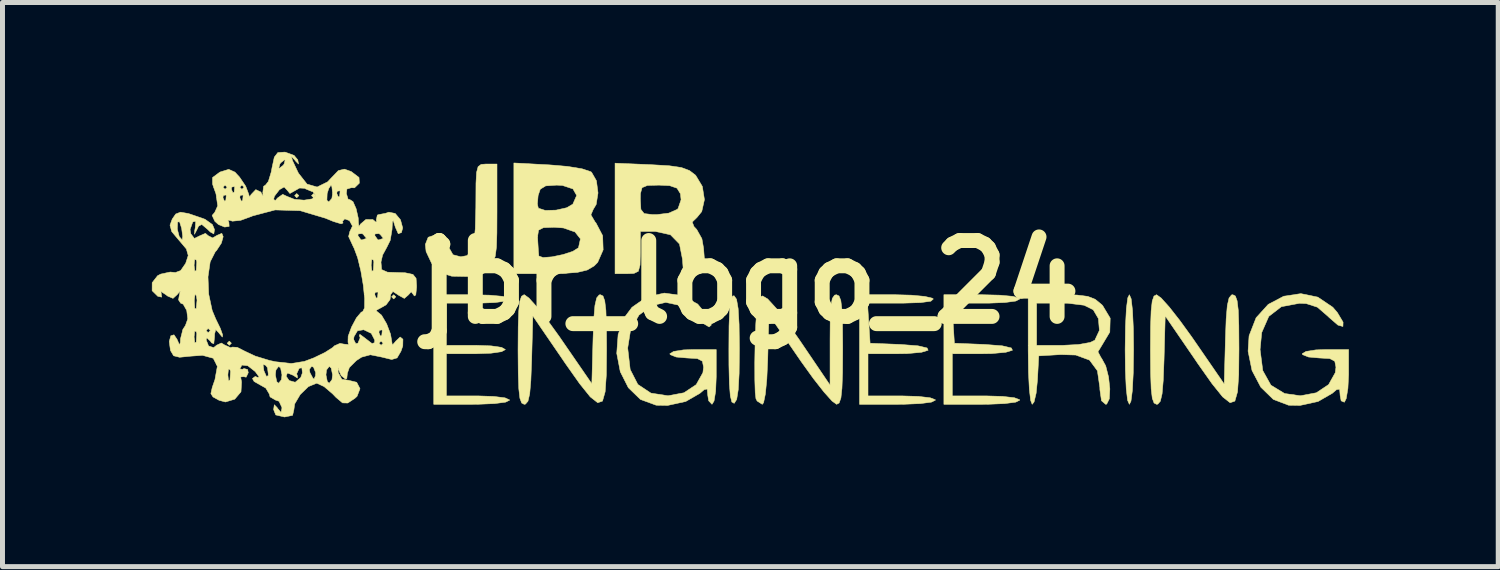
<source format=kicad_pcb>
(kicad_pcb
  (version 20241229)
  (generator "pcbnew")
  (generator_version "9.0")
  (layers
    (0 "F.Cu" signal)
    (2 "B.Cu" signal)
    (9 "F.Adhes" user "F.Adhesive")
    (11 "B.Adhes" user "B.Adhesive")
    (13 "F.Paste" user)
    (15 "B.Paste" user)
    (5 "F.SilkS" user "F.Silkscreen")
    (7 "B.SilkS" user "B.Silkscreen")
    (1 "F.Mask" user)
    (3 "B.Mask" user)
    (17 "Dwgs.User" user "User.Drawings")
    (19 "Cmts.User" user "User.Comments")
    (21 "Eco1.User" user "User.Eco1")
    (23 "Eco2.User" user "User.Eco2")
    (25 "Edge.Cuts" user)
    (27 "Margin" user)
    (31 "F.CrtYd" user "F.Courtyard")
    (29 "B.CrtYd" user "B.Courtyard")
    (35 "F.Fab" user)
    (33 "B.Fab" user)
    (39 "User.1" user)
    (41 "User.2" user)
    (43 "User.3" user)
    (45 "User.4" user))
  (footprint "jbr_logo_24"
    (layer "F.Cu")
    (at 12.011 2.615)
    (property "Reference" "jbr_logo_24" (at 0 0 0) (layer "F.SilkS") (effects (font (size 1.524 1.524) (thickness 0.3))))
    (attr through_hole)
    (fp_poly (pts (xy -10.414 1.228) (xy -10.456 1.27) (xy -10.499 1.228) (xy -10.456 1.185) (xy -10.414 1.228)) (stroke (width 0.01) (type solid)) (fill yes) (layer "F.SilkS"))
    (fp_poly (pts (xy -9.059 -1.736) (xy -9.102 -1.693) (xy -9.144 -1.736) (xy -9.102 -1.778) (xy -9.059 -1.736)) (stroke (width 0.01) (type solid)) (fill yes) (layer "F.SilkS"))
    (fp_poly (pts (xy -8.721 -1.736) (xy -8.763 -1.693) (xy -8.805 -1.736) (xy -8.763 -1.778) (xy -8.721 -1.736)) (stroke (width 0.01) (type solid)) (fill yes) (layer "F.SilkS"))
    (fp_poly (pts (xy -7.112 0.296) (xy -7.154 0.339) (xy -7.197 0.296) (xy -7.154 0.254) (xy -7.112 0.296)) (stroke (width 0.01) (type solid)) (fill yes) (layer "F.SilkS"))
    (fp_poly (pts (xy 7.656 0.336) (xy 7.683 0.569) (xy 7.7 0.937) (xy 7.705 1.355) (xy 7.698 1.825) (xy 7.68 2.177) (xy 7.652 2.393) (xy 7.62 2.455) (xy 7.584 2.374) (xy 7.557 2.14) (xy 7.54 1.773) (xy 7.535 1.355) (xy 7.542 0.884) (xy 7.56 0.532) (xy 7.588 0.317) (xy 7.62 0.254) (xy 7.656 0.336)) (stroke (width 0.01) (type solid)) (fill yes) (layer "F.SilkS"))
    (fp_poly (pts (xy -0.269 0.346) (xy -0.237 0.531) (xy -0.218 0.849) (xy -0.212 1.316) (xy -0.212 1.355) (xy -0.217 1.834) (xy -0.235 2.161) (xy -0.266 2.355) (xy -0.314 2.433) (xy -0.318 2.434) (xy -0.363 2.409) (xy -0.394 2.286) (xy -0.413 2.045) (xy -0.422 1.667) (xy -0.423 1.355) (xy -0.42 0.881) (xy -0.407 0.558) (xy -0.383 0.364) (xy -0.347 0.28) (xy -0.318 0.275) (xy -0.269 0.346)) (stroke (width 0.01) (type solid)) (fill yes) (layer "F.SilkS"))
    (fp_poly (pts (xy 3.248 0.263) (xy 3.512 0.288) (xy 3.664 0.324) (xy 3.683 0.339) (xy 3.633 0.384) (xy 3.427 0.412) (xy 3.077 0.423) (xy 3.048 0.423) (xy 2.361 0.423) (xy 2.387 0.826) (xy 2.413 1.228) (xy 3.03 1.253) (xy 3.375 1.28) (xy 3.557 1.323) (xy 3.579 1.369) (xy 3.445 1.41) (xy 3.158 1.436) (xy 2.958 1.439) (xy 2.371 1.439) (xy 2.371 2.286) (xy 3.048 2.286) (xy 3.383 2.296) (xy 3.619 2.323) (xy 3.723 2.363) (xy 3.725 2.371) (xy 3.645 2.411) (xy 3.424 2.44) (xy 3.089 2.454) (xy 2.963 2.455) (xy 2.201 2.455) (xy 2.201 0.254) (xy 2.916 0.254) (xy 3.248 0.263)) (stroke (width 0.01) (type solid)) (fill yes) (layer "F.SilkS"))
    (fp_poly (pts (xy 5.022 0.263) (xy 5.282 0.287) (xy 5.41 0.325) (xy 5.419 0.339) (xy 5.339 0.381) (xy 5.123 0.41) (xy 4.801 0.423) (xy 4.737 0.423) (xy 4.055 0.423) (xy 4.081 0.826) (xy 4.106 1.228) (xy 4.723 1.253) (xy 5.068 1.28) (xy 5.25 1.323) (xy 5.272 1.369) (xy 5.138 1.41) (xy 4.852 1.436) (xy 4.652 1.439) (xy 4.064 1.439) (xy 4.064 2.286) (xy 4.741 2.286) (xy 5.077 2.296) (xy 5.312 2.323) (xy 5.416 2.363) (xy 5.419 2.371) (xy 5.339 2.411) (xy 5.117 2.44) (xy 4.783 2.454) (xy 4.657 2.455) (xy 3.895 2.455) (xy 3.895 0.254) (xy 4.657 0.254) (xy 5.022 0.263)) (stroke (width 0.01) (type solid)) (fill yes) (layer "F.SilkS"))
    (fp_poly (pts (xy -5.223 0.263) (xy -4.962 0.287) (xy -4.834 0.325) (xy -4.826 0.339) (xy -4.905 0.381) (xy -5.118 0.411) (xy -5.431 0.423) (xy -5.461 0.423) (xy -6.096 0.423) (xy -6.096 1.27) (xy -5.503 1.27) (xy -5.199 1.281) (xy -4.989 1.311) (xy -4.911 1.355) (xy -4.911 1.355) (xy -4.989 1.398) (xy -5.199 1.428) (xy -5.503 1.439) (xy -5.503 1.439) (xy -6.096 1.439) (xy -6.096 2.286) (xy -5.461 2.286) (xy -5.141 2.297) (xy -4.918 2.325) (xy -4.827 2.367) (xy -4.826 2.371) (xy -4.906 2.411) (xy -5.127 2.44) (xy -5.462 2.454) (xy -5.588 2.455) (xy -6.35 2.455) (xy -6.35 0.254) (xy -5.588 0.254) (xy -5.223 0.263)) (stroke (width 0.01) (type solid)) (fill yes) (layer "F.SilkS"))
    (fp_poly (pts (xy -5.08 -1.403) (xy -5.082 -0.985) (xy -5.091 -0.702) (xy -5.115 -0.519) (xy -5.159 -0.403) (xy -5.232 -0.319) (xy -5.303 -0.26) (xy -5.622 -0.111) (xy -5.988 -0.118) (xy -6.154 -0.17) (xy -6.377 -0.343) (xy -6.504 -0.614) (xy -6.519 -0.756) (xy -6.462 -0.9) (xy -6.33 -0.944) (xy -6.18 -0.894) (xy -6.072 -0.753) (xy -6.061 -0.72) (xy -5.964 -0.549) (xy -5.808 -0.508) (xy -5.684 -0.531) (xy -5.598 -0.616) (xy -5.544 -0.788) (xy -5.516 -1.073) (xy -5.505 -1.495) (xy -5.504 -1.63) (xy -5.502 -1.984) (xy -5.49 -2.203) (xy -5.459 -2.318) (xy -5.399 -2.363) (xy -5.301 -2.371) (xy -5.292 -2.371) (xy -5.08 -2.371) (xy -5.08 -1.403)) (stroke (width 0.01) (type solid)) (fill yes) (layer "F.SilkS"))
    (fp_poly (pts (xy 1.789 0.279) (xy 1.825 0.369) (xy 1.847 0.55) (xy 1.859 0.847) (xy 1.863 1.285) (xy 1.863 1.355) (xy 1.86 1.816) (xy 1.848 2.133) (xy 1.827 2.328) (xy 1.791 2.428) (xy 1.741 2.455) (xy 1.649 2.389) (xy 1.487 2.208) (xy 1.275 1.938) (xy 1.036 1.606) (xy 1 1.554) (xy 0.381 0.653) (xy 0.357 1.554) (xy 0.339 1.949) (xy 0.31 2.247) (xy 0.274 2.422) (xy 0.248 2.455) (xy 0.145 2.389) (xy 0.121 2.344) (xy 0.106 2.219) (xy 0.098 1.963) (xy 0.097 1.616) (xy 0.103 1.266) (xy 0.118 0.834) (xy 0.139 0.546) (xy 0.171 0.374) (xy 0.218 0.293) (xy 0.254 0.278) (xy 0.356 0.339) (xy 0.531 0.53) (xy 0.766 0.837) (xy 0.995 1.164) (xy 1.609 2.07) (xy 1.609 1.162) (xy 1.612 0.751) (xy 1.626 0.482) (xy 1.654 0.329) (xy 1.699 0.263) (xy 1.736 0.254) (xy 1.789 0.279)) (stroke (width 0.01) (type solid)) (fill yes) (layer "F.SilkS"))
    (fp_poly (pts (xy -2.951 0.28) (xy -2.916 0.376) (xy -2.893 0.565) (xy -2.882 0.873) (xy -2.879 1.323) (xy -2.879 1.361) (xy -2.884 1.861) (xy -2.908 2.204) (xy -2.961 2.39) (xy -3.057 2.423) (xy -3.206 2.306) (xy -3.42 2.04) (xy -3.711 1.628) (xy -3.767 1.545) (xy -4.36 0.68) (xy -4.384 1.568) (xy -4.4 1.977) (xy -4.423 2.244) (xy -4.458 2.393) (xy -4.509 2.451) (xy -4.533 2.455) (xy -4.584 2.429) (xy -4.62 2.333) (xy -4.642 2.144) (xy -4.653 1.835) (xy -4.657 1.384) (xy -4.657 1.355) (xy -4.654 0.895) (xy -4.643 0.58) (xy -4.622 0.385) (xy -4.587 0.285) (xy -4.537 0.254) (xy -4.531 0.254) (xy -4.439 0.32) (xy -4.275 0.502) (xy -4.062 0.771) (xy -3.823 1.102) (xy -3.791 1.149) (xy -3.175 2.043) (xy -3.151 1.149) (xy -3.136 0.737) (xy -3.113 0.469) (xy -3.078 0.318) (xy -3.028 0.258) (xy -3.003 0.254) (xy -2.951 0.28)) (stroke (width 0.01) (type solid)) (fill yes) (layer "F.SilkS"))
    (fp_poly (pts (xy 9.749 0.28) (xy 9.784 0.376) (xy 9.807 0.565) (xy 9.818 0.873) (xy 9.821 1.323) (xy 9.821 1.361) (xy 9.816 1.861) (xy 9.792 2.204) (xy 9.739 2.39) (xy 9.643 2.423) (xy 9.494 2.306) (xy 9.28 2.04) (xy 8.989 1.628) (xy 8.933 1.545) (xy 8.34 0.68) (xy 8.316 1.568) (xy 8.3 1.977) (xy 8.277 2.244) (xy 8.242 2.393) (xy 8.191 2.451) (xy 8.167 2.455) (xy 8.116 2.429) (xy 8.08 2.333) (xy 8.058 2.144) (xy 8.047 1.835) (xy 8.043 1.384) (xy 8.043 1.355) (xy 8.046 0.894) (xy 8.057 0.578) (xy 8.079 0.382) (xy 8.114 0.282) (xy 8.165 0.254) (xy 8.166 0.254) (xy 8.258 0.32) (xy 8.421 0.501) (xy 8.633 0.771) (xy 8.873 1.102) (xy 8.907 1.151) (xy 9.525 2.048) (xy 9.549 1.151) (xy 9.564 0.739) (xy 9.587 0.47) (xy 9.622 0.319) (xy 9.672 0.258) (xy 9.697 0.254) (xy 9.749 0.28)) (stroke (width 0.01) (type solid)) (fill yes) (layer "F.SilkS"))
    (fp_poly (pts (xy 6.565 0.26) (xy 6.784 0.287) (xy 6.934 0.346) (xy 7.063 0.451) (xy 7.082 0.47) (xy 7.235 0.725) (xy 7.227 1.004) (xy 7.065 1.275) (xy 6.989 1.4) (xy 7.05 1.516) (xy 7.061 1.529) (xy 7.145 1.683) (xy 7.202 1.907) (xy 7.228 2.145) (xy 7.217 2.345) (xy 7.165 2.45) (xy 7.144 2.455) (xy 7.06 2.383) (xy 7.028 2.16) (xy 7.027 2.117) (xy 6.978 1.781) (xy 6.82 1.567) (xy 6.543 1.465) (xy 6.24 1.456) (xy 5.8 1.482) (xy 5.774 1.968) (xy 5.748 2.23) (xy 5.706 2.407) (xy 5.668 2.455) (xy 5.637 2.375) (xy 5.611 2.151) (xy 5.594 1.81) (xy 5.588 1.376) (xy 5.588 1.355) (xy 5.588 0.423) (xy 5.757 0.423) (xy 5.757 1.27) (xy 6.291 1.27) (xy 6.597 1.254) (xy 6.83 1.213) (xy 6.926 1.168) (xy 7.018 0.971) (xy 6.998 0.733) (xy 6.894 0.556) (xy 6.71 0.465) (xy 6.386 0.425) (xy 6.259 0.423) (xy 5.757 0.423) (xy 5.588 0.423) (xy 5.588 0.254) (xy 6.227 0.254) (xy 6.565 0.26)) (stroke (width 0.01) (type solid)) (fill yes) (layer "F.SilkS"))
    (fp_poly (pts (xy -1.363 0.271) (xy -1.049 0.442) (xy -0.832 0.705) (xy -0.775 0.861) (xy -0.82 0.901) (xy -0.947 0.825) (xy -1.09 0.689) (xy -1.382 0.474) (xy -1.69 0.408) (xy -1.982 0.476) (xy -2.228 0.663) (xy -2.396 0.956) (xy -2.455 1.324) (xy -2.405 1.756) (xy -2.251 2.056) (xy -1.988 2.23) (xy -1.645 2.283) (xy -1.325 2.223) (xy -1.079 2.059) (xy -0.945 1.82) (xy -0.931 1.709) (xy -0.955 1.589) (xy -1.057 1.536) (xy -1.27 1.524) (xy -1.482 1.505) (xy -1.6 1.458) (xy -1.609 1.439) (xy -1.532 1.393) (xy -1.335 1.362) (xy -1.143 1.355) (xy -0.677 1.355) (xy -0.677 1.905) (xy -0.689 2.193) (xy -0.721 2.389) (xy -0.762 2.455) (xy -0.829 2.384) (xy -0.847 2.273) (xy -0.858 2.148) (xy -0.919 2.16) (xy -1.004 2.233) (xy -1.29 2.398) (xy -1.652 2.477) (xy -1.883 2.473) (xy -2.199 2.357) (xy -2.442 2.121) (xy -2.604 1.8) (xy -2.675 1.431) (xy -2.647 1.051) (xy -2.51 0.696) (xy -2.369 0.507) (xy -2.07 0.298) (xy -1.719 0.221) (xy -1.363 0.271)) (stroke (width 0.01) (type solid)) (fill yes) (layer "F.SilkS"))
    (fp_poly (pts (xy -1.992 -2.358) (xy -1.62 -2.336) (xy -1.375 -2.3) (xy -1.213 -2.239) (xy -1.091 -2.145) (xy -1.09 -2.144) (xy -0.956 -1.921) (xy -0.914 -1.656) (xy -0.968 -1.416) (xy -1.064 -1.298) (xy -1.159 -1.206) (xy -1.124 -1.115) (xy -1.069 -1.057) (xy -0.965 -0.871) (xy -0.931 -0.678) (xy -0.914 -0.451) (xy -0.88 -0.303) (xy -0.88 -0.208) (xy -1.004 -0.172) (xy -1.092 -0.169) (xy -1.269 -0.186) (xy -1.341 -0.269) (xy -1.355 -0.46) (xy -1.415 -0.765) (xy -1.596 -0.95) (xy -1.896 -1.016) (xy -1.911 -1.016) (xy -2.201 -1.016) (xy -2.201 -0.593) (xy -2.207 -0.342) (xy -2.241 -0.217) (xy -2.33 -0.174) (xy -2.455 -0.169) (xy -2.709 -0.169) (xy -2.709 -1.651) (xy -2.201 -1.651) (xy -2.19 -1.459) (xy -2.125 -1.376) (xy -1.955 -1.355) (xy -1.873 -1.355) (xy -1.629 -1.385) (xy -1.459 -1.461) (xy -1.443 -1.478) (xy -1.383 -1.653) (xy -1.396 -1.774) (xy -1.465 -1.886) (xy -1.613 -1.937) (xy -1.826 -1.947) (xy -2.058 -1.941) (xy -2.167 -1.896) (xy -2.199 -1.778) (xy -2.201 -1.651) (xy -2.709 -1.651) (xy -2.709 -2.388) (xy -1.992 -2.358)) (stroke (width 0.01) (type solid)) (fill yes) (layer "F.SilkS"))
    (fp_poly (pts (xy 11.404 0.302) (xy 11.705 0.505) (xy 11.797 0.612) (xy 11.912 0.805) (xy 11.909 0.892) (xy 11.809 0.864) (xy 11.633 0.712) (xy 11.61 0.689) (xy 11.396 0.504) (xy 11.172 0.432) (xy 11.036 0.426) (xy 10.673 0.494) (xy 10.42 0.689) (xy 10.278 1.013) (xy 10.245 1.355) (xy 10.299 1.777) (xy 10.462 2.07) (xy 10.738 2.238) (xy 11.055 2.283) (xy 11.375 2.223) (xy 11.621 2.059) (xy 11.755 1.82) (xy 11.769 1.709) (xy 11.745 1.589) (xy 11.643 1.536) (xy 11.43 1.524) (xy 11.218 1.505) (xy 11.1 1.458) (xy 11.091 1.439) (xy 11.168 1.393) (xy 11.365 1.362) (xy 11.557 1.355) (xy 12.023 1.355) (xy 12.023 1.858) (xy 12.009 2.135) (xy 11.975 2.339) (xy 11.938 2.413) (xy 11.873 2.385) (xy 11.853 2.278) (xy 11.843 2.15) (xy 11.781 2.16) (xy 11.696 2.233) (xy 11.41 2.398) (xy 11.048 2.477) (xy 10.817 2.473) (xy 10.511 2.356) (xy 10.259 2.11) (xy 10.083 1.775) (xy 10.004 1.388) (xy 10.024 1.079) (xy 10.165 0.717) (xy 10.409 0.448) (xy 10.72 0.284) (xy 11.064 0.232) (xy 11.404 0.302)) (stroke (width 0.01) (type solid)) (fill yes) (layer "F.SilkS"))
    (fp_poly (pts (xy -4.028 -2.354) (xy -3.663 -2.323) (xy -3.371 -2.275) (xy -3.197 -2.217) (xy -3.181 -2.206) (xy -3.083 -2.035) (xy -3.051 -1.79) (xy -3.088 -1.559) (xy -3.148 -1.458) (xy -3.194 -1.35) (xy -3.11 -1.208) (xy -3.091 -1.186) (xy -2.958 -0.932) (xy -2.948 -0.647) (xy -3.058 -0.396) (xy -3.128 -0.325) (xy -3.267 -0.243) (xy -3.464 -0.195) (xy -3.758 -0.173) (xy -4.031 -0.169) (xy -4.741 -0.169) (xy -4.741 -0.915) (xy -4.265 -0.915) (xy -4.261 -0.826) (xy -4.249 -0.629) (xy -4.24 -0.526) (xy -4.24 -0.524) (xy -4.156 -0.493) (xy -3.974 -0.507) (xy -3.754 -0.553) (xy -3.557 -0.617) (xy -3.445 -0.688) (xy -3.443 -0.691) (xy -3.404 -0.868) (xy -3.513 -1.006) (xy -3.745 -1.087) (xy -3.926 -1.101) (xy -4.147 -1.093) (xy -4.245 -1.043) (xy -4.265 -0.915) (xy -4.741 -0.915) (xy -4.741 -1.563) (xy -4.269 -1.563) (xy -4.249 -1.484) (xy -4.11 -1.439) (xy -3.894 -1.445) (xy -3.68 -1.493) (xy -3.557 -1.565) (xy -3.48 -1.74) (xy -3.554 -1.871) (xy -3.766 -1.941) (xy -3.882 -1.947) (xy -4.103 -1.932) (xy -4.211 -1.865) (xy -4.254 -1.738) (xy -4.269 -1.563) (xy -4.741 -1.563) (xy -4.741 -2.392) (xy -4.028 -2.354)) (stroke (width 0.01) (type solid)) (fill yes) (layer "F.SilkS"))
    (fp_poly (pts (xy -9.329 -2.608) (xy -9.155 -2.544) (xy -9.081 -2.455) (xy -9.066 -2.371) (xy -9.121 -2.426) (xy -9.144 -2.455) (xy -9.209 -2.523) (xy -9.189 -2.445) (xy -9.084 -2.221) (xy -9.067 -2.187) (xy -8.895 -1.968) (xy -8.692 -1.909) (xy -8.481 -2.013) (xy -8.408 -2.091) (xy -8.266 -2.239) (xy -8.143 -2.268) (xy -8.008 -2.22) (xy -7.851 -2.101) (xy -7.844 -1.987) (xy -7.941 -1.893) (xy -8.006 -1.895) (xy -8.094 -1.869) (xy -8.105 -1.779) (xy -8.07 -1.664) (xy -8.035 -1.656) (xy -7.972 -1.616) (xy -7.909 -1.473) (xy -7.867 -1.288) (xy -7.862 -1.185) (xy -7.852 -1.116) (xy -7.822 -1.164) (xy -7.714 -1.256) (xy -7.574 -1.257) (xy -7.514 -1.206) (xy -7.496 -1.208) (xy -7.504 -1.249) (xy -7.483 -1.346) (xy -7.455 -1.355) (xy -7.315 -1.382) (xy -7.252 -1.404) (xy -7.124 -1.378) (xy -7.018 -1.251) (xy -6.974 -1.088) (xy -6.999 -0.994) (xy -7.063 -0.971) (xy -7.121 -1.102) (xy -7.162 -1.234) (xy -7.18 -1.216) (xy -7.188 -1.054) (xy -7.224 -0.838) (xy -7.292 -0.7) (xy -7.377 -0.544) (xy -7.41 -0.402) (xy -7.397 -0.251) (xy -7.279 -0.199) (xy -7.209 -0.196) (xy -6.923 -0.187) (xy -6.768 -0.154) (xy -6.705 -0.076) (xy -6.695 0.07) (xy -6.695 0.106) (xy -6.711 0.258) (xy -6.741 0.279) (xy -6.748 0.266) (xy -6.802 0.195) (xy -6.862 0.26) (xy -6.941 0.328) (xy -7.058 0.263) (xy -7.063 0.259) (xy -7.17 0.189) (xy -7.214 0.249) (xy -7.228 0.351) (xy -7.307 0.457) (xy -7.408 0.515) (xy -7.508 0.568) (xy -7.493 0.587) (xy -7.399 0.664) (xy -7.296 0.839) (xy -7.218 1.045) (xy -7.195 1.181) (xy -7.182 1.267) (xy -7.124 1.201) (xy -7.115 1.188) (xy -7.024 1.103) (xy -6.969 1.148) (xy -6.972 1.283) (xy -7.009 1.39) (xy -7.087 1.523) (xy -7.194 1.555) (xy -7.394 1.506) (xy -7.623 1.46) (xy -7.798 1.507) (xy -7.904 1.576) (xy -8.045 1.716) (xy -8.087 1.837) (xy -8.086 1.841) (xy -8.096 1.937) (xy -8.124 1.947) (xy -8.209 1.878) (xy -8.244 1.799) (xy -8.273 1.719) (xy -8.27 1.801) (xy -8.268 1.82) (xy -8.195 1.954) (xy -8.069 1.971) (xy -7.898 2.012) (xy -7.831 2.141) (xy -7.891 2.295) (xy -7.936 2.336) (xy -8.077 2.429) (xy -8.182 2.426) (xy -8.314 2.315) (xy -8.382 2.244) (xy -8.552 2.099) (xy -8.696 2.032) (xy -8.705 2.032) (xy -8.867 2.099) (xy -9.032 2.259) (xy -9.143 2.447) (xy -9.159 2.564) (xy -9.185 2.676) (xy -9.343 2.709) (xy -9.349 2.709) (xy -9.523 2.668) (xy -9.566 2.561) (xy -9.552 2.463) (xy -9.493 2.524) (xy -9.483 2.54) (xy -9.417 2.618) (xy -9.4 2.538) (xy -9.399 2.519) (xy -9.457 2.394) (xy -9.525 2.371) (xy -9.637 2.306) (xy -9.652 2.249) (xy -9.723 2.129) (xy -9.821 2.074) (xy -9.958 1.996) (xy -9.991 1.937) (xy -9.935 1.895) (xy -9.885 1.915) (xy -9.856 1.907) (xy -9.93 1.804) (xy -9.938 1.795) (xy -10.085 1.68) (xy -10.203 1.667) (xy -10.245 1.746) (xy -10.19 1.751) (xy -10.16 1.736) (xy -10.088 1.756) (xy -10.075 1.82) (xy -10.118 1.91) (xy -10.169 1.899) (xy -10.228 1.906) (xy -10.21 2.007) (xy -10.221 2.203) (xy -10.346 2.351) (xy -10.533 2.408) (xy -10.661 2.374) (xy -10.784 2.306) (xy -10.826 2.239) (xy -10.798 2.114) (xy -10.744 1.958) (xy -10.727 1.863) (xy -10.485 1.863) (xy -10.472 1.983) (xy -10.443 1.968) (xy -10.431 1.795) (xy -10.443 1.757) (xy -10.473 1.746) (xy -10.485 1.863) (xy -10.727 1.863) (xy -10.696 1.692) (xy -10.716 1.652) (xy -9.778 1.652) (xy -9.762 1.776) (xy -9.759 1.785) (xy -9.709 1.898) (xy -9.67 1.874) (xy -9.671 1.863) (xy -9.531 1.863) (xy -9.503 2) (xy -9.465 2.032) (xy -9.41 1.961) (xy -9.401 1.889) (xy -9.315 1.889) (xy -9.255 1.977) (xy -9.132 2.012) (xy -9.021 1.917) (xy -8.988 1.824) (xy -8.995 1.755) (xy -8.849 1.755) (xy -8.836 1.82) (xy -8.776 1.932) (xy -8.754 1.947) (xy -8.724 1.878) (xy -8.723 1.863) (xy -8.515 1.863) (xy -8.487 2) (xy -8.449 2.032) (xy -8.394 1.961) (xy -8.382 1.863) (xy -8.41 1.725) (xy -8.449 1.693) (xy -8.503 1.764) (xy -8.515 1.863) (xy -8.723 1.863) (xy -8.721 1.82) (xy -8.765 1.708) (xy -8.803 1.693) (xy -8.849 1.755) (xy -8.995 1.755) (xy -8.999 1.722) (xy -9.053 1.731) (xy -9.103 1.842) (xy -9.087 1.89) (xy -9.089 1.927) (xy -9.17 1.873) (xy -9.288 1.825) (xy -9.315 1.889) (xy -9.401 1.889) (xy -9.398 1.863) (xy -9.426 1.725) (xy -9.465 1.693) (xy -9.519 1.764) (xy -9.531 1.863) (xy -9.671 1.863) (xy -9.689 1.721) (xy -9.722 1.674) (xy -9.778 1.652) (xy -10.716 1.652) (xy -10.778 1.53) (xy -10.994 1.471) (xy -11.223 1.487) (xy -11.454 1.51) (xy -11.574 1.48) (xy -11.634 1.379) (xy -11.639 1.364) (xy -11.662 1.193) (xy -11.63 1.078) (xy -11.567 1.059) (xy -11.506 1.149) (xy -11.456 1.262) (xy -11.439 1.213) (xy -11.436 1.139) (xy -11.426 1.101) (xy -11.163 1.101) (xy -11.149 1.221) (xy -11.12 1.206) (xy -11.109 1.033) (xy -11.12 0.995) (xy -11.151 0.984) (xy -11.163 1.101) (xy -11.426 1.101) (xy -11.394 0.974) (xy -10.922 0.974) (xy -10.88 1.016) (xy -10.837 0.974) (xy -10.88 0.931) (xy -10.922 0.974) (xy -11.394 0.974) (xy -11.388 0.95) (xy -11.337 0.872) (xy -11.29 0.74) (xy -11.311 0.57) (xy -11.382 0.444) (xy -11.433 0.423) (xy -11.46 0.381) (xy -11.159 0.381) (xy -11.15 0.526) (xy -11.124 0.538) (xy -11.12 0.531) (xy -11.104 0.363) (xy -11.117 0.277) (xy -11.144 0.242) (xy -11.159 0.355) (xy -11.159 0.381) (xy -11.46 0.381) (xy -11.475 0.358) (xy -11.462 0.275) (xy -11.44 0.181) (xy -11.492 0.237) (xy -11.5 0.249) (xy -11.586 0.327) (xy -11.694 0.281) (xy -11.736 0.249) (xy -11.83 0.188) (xy -11.823 0.232) (xy -11.814 0.302) (xy -11.891 0.286) (xy -12.006 0.173) (xy -12.005 0.012) (xy -11.896 -0.128) (xy -11.832 -0.161) (xy -11.642 -0.202) (xy -11.538 -0.192) (xy -11.433 -0.231) (xy -11.358 -0.339) (xy -11.163 -0.339) (xy -11.149 -0.218) (xy -11.12 -0.233) (xy -11.109 -0.406) (xy -11.12 -0.445) (xy -11.151 -0.455) (xy -11.163 -0.339) (xy -11.358 -0.339) (xy -11.333 -0.374) (xy -11.281 -0.534) (xy -11.318 -0.665) (xy -11.464 -0.838) (xy -11.466 -0.84) (xy -11.612 -1.014) (xy -11.625 -1.062) (xy -11.5 -1.062) (xy -11.461 -0.913) (xy -11.402 -0.847) (xy -11.392 -0.918) (xy -11.413 -1.079) (xy -11.455 -1.211) (xy -11.493 -1.207) (xy -11.494 -1.204) (xy -11.5 -1.062) (xy -11.625 -1.062) (xy -11.647 -1.143) (xy -11.602 -1.265) (xy -11.532 -1.367) (xy -11.436 -1.404) (xy -11.275 -1.376) (xy -11.005 -1.284) (xy -10.943 -1.261) (xy -10.795 -1.155) (xy -10.753 -1.054) (xy -10.767 -0.968) (xy -10.836 -1.005) (xy -10.896 -1.063) (xy -11.009 -1.158) (xy -11.073 -1.123) (xy -11.109 -1.048) (xy -11.155 -0.96) (xy -11.152 -1.027) (xy -11.14 -1.092) (xy -11.13 -1.224) (xy -11.186 -1.209) (xy -11.192 -1.203) (xy -11.244 -1.055) (xy -11.229 -0.97) (xy -11.157 -0.876) (xy -11.056 -0.926) (xy -10.935 -0.979) (xy -10.88 -0.931) (xy -10.79 -0.886) (xy -10.703 -0.938) (xy -10.606 -0.979) (xy -10.579 -0.912) (xy -10.615 -0.783) (xy -10.711 -0.636) (xy -10.738 -0.608) (xy -10.84 -0.407) (xy -10.884 -0.105) (xy -10.87 0.24) (xy -10.8 0.569) (xy -10.73 0.737) (xy -10.636 0.93) (xy -10.589 1.063) (xy -10.596 1.104) (xy -10.664 1.023) (xy -10.668 1.016) (xy -10.728 0.954) (xy -10.751 1.04) (xy -10.753 1.101) (xy -10.767 1.237) (xy -10.813 1.22) (xy -10.837 1.185) (xy -10.905 1.12) (xy -10.921 1.159) (xy -10.872 1.284) (xy -10.77 1.316) (xy -10.709 1.267) (xy -10.615 1.224) (xy -10.547 1.265) (xy -10.43 1.317) (xy -10.392 1.305) (xy -10.296 1.311) (xy -10.14 1.39) (xy -9.933 1.487) (xy -9.648 1.574) (xy -9.527 1.6) (xy -9.212 1.635) (xy -8.948 1.593) (xy -8.759 1.522) (xy -8.532 1.412) (xy -8.376 1.312) (xy -8.346 1.281) (xy -8.233 1.231) (xy -8.154 1.246) (xy -8.06 1.255) (xy -8.072 1.207) (xy -8.071 1.153) (xy -7.959 1.153) (xy -7.916 1.236) (xy -7.873 1.227) (xy -7.828 1.12) (xy -7.845 1.074) (xy -7.834 1.049) (xy -7.73 1.126) (xy -7.719 1.135) (xy -7.589 1.235) (xy -7.569 1.228) (xy -7.451 1.228) (xy -7.408 1.27) (xy -7.366 1.228) (xy -7.408 1.185) (xy -7.451 1.228) (xy -7.569 1.228) (xy -7.54 1.217) (xy -7.535 1.165) (xy -7.605 1.029) (xy -7.633 1.016) (xy -7.451 1.016) (xy -7.42 1.086) (xy -7.394 1.072) (xy -7.384 0.972) (xy -7.394 0.96) (xy -7.445 0.971) (xy -7.451 1.016) (xy -7.633 1.016) (xy -7.757 0.957) (xy -7.882 0.978) (xy -7.952 1.096) (xy -7.959 1.153) (xy -8.071 1.153) (xy -8.069 1.088) (xy -8.001 0.903) (xy -7.903 0.719) (xy -7.806 0.604) (xy -7.776 0.593) (xy -7.74 0.518) (xy -7.738 0.326) (xy -7.746 0.254) (xy -7.535 0.254) (xy -7.504 0.324) (xy -7.479 0.31) (xy -7.469 0.21) (xy -7.479 0.198) (xy -7.529 0.209) (xy -7.535 0.254) (xy -7.746 0.254) (xy -7.765 0.064) (xy -7.814 -0.223) (xy -7.842 -0.339) (xy -7.607 -0.339) (xy -7.593 -0.218) (xy -7.564 -0.233) (xy -7.553 -0.406) (xy -7.564 -0.445) (xy -7.595 -0.455) (xy -7.607 -0.339) (xy -7.842 -0.339) (xy -7.878 -0.487) (xy -7.95 -0.681) (xy -7.963 -0.705) (xy -8.06 -0.915) (xy -8.055 -0.936) (xy -7.874 -0.936) (xy -7.813 -0.85) (xy -7.789 -0.847) (xy -7.707 -0.876) (xy -7.705 -0.884) (xy -7.748 -0.936) (xy -7.535 -0.936) (xy -7.474 -0.85) (xy -7.451 -0.847) (xy -7.368 -0.876) (xy -7.366 -0.884) (xy -7.425 -0.956) (xy -7.451 -0.974) (xy -7.529 -0.967) (xy -7.535 -0.936) (xy -7.748 -0.936) (xy -7.764 -0.956) (xy -7.789 -0.974) (xy -7.867 -0.967) (xy -7.874 -0.936) (xy -8.055 -0.936) (xy -8.033 -1.023) (xy -8.03 -1.024) (xy -7.983 -1.125) (xy -8.042 -1.234) (xy -8.138 -1.27) (xy -8.184 -1.218) (xy -8.171 -1.187) (xy -8.21 -1.17) (xy -8.365 -1.217) (xy -8.526 -1.283) (xy -9.033 -1.434) (xy -9.536 -1.449) (xy -9.989 -1.329) (xy -10.008 -1.32) (xy -10.228 -1.24) (xy -10.394 -1.223) (xy -10.423 -1.233) (xy -10.485 -1.247) (xy -10.464 -1.198) (xy -10.459 -1.118) (xy -10.549 -1.105) (xy -10.674 -1.156) (xy -10.746 -1.22) (xy -10.801 -1.339) (xy -10.749 -1.399) (xy -10.689 -1.531) (xy -10.712 -1.693) (xy -10.583 -1.693) (xy -10.552 -1.624) (xy -10.527 -1.637) (xy -10.521 -1.693) (xy -10.245 -1.693) (xy -10.214 -1.624) (xy -10.188 -1.637) (xy -10.186 -1.662) (xy -9.566 -1.662) (xy -9.531 -1.636) (xy -9.526 -1.643) (xy -8.496 -1.643) (xy -8.459 -1.609) (xy -8.396 -1.68) (xy -8.382 -1.778) (xy -8.297 -1.778) (xy -8.266 -1.708) (xy -8.241 -1.722) (xy -8.231 -1.822) (xy -8.241 -1.834) (xy -8.291 -1.823) (xy -8.297 -1.778) (xy -8.382 -1.778) (xy -8.396 -1.916) (xy -8.414 -1.947) (xy -8.459 -1.878) (xy -8.491 -1.778) (xy -8.496 -1.643) (xy -9.526 -1.643) (xy -9.488 -1.688) (xy -9.383 -1.762) (xy -9.299 -1.722) (xy -9.148 -1.662) (xy -8.955 -1.645) (xy -8.79 -1.671) (xy -8.72 -1.736) (xy -8.78 -1.818) (xy -8.798 -1.82) (xy -8.927 -1.873) (xy -8.939 -1.883) (xy -9.045 -1.889) (xy -9.129 -1.841) (xy -9.239 -1.779) (xy -9.293 -1.845) (xy -9.354 -1.91) (xy -9.449 -1.856) (xy -9.55 -1.724) (xy -9.566 -1.662) (xy -10.186 -1.662) (xy -10.178 -1.737) (xy -10.188 -1.75) (xy -10.239 -1.738) (xy -10.245 -1.693) (xy -10.521 -1.693) (xy -10.517 -1.737) (xy -10.527 -1.75) (xy -10.577 -1.738) (xy -10.583 -1.693) (xy -10.712 -1.693) (xy -10.723 -1.771) (xy -10.771 -1.905) (xy -10.583 -1.905) (xy -10.541 -1.863) (xy -10.414 -1.863) (xy -10.383 -1.793) (xy -10.358 -1.806) (xy -10.348 -1.905) (xy -10.245 -1.905) (xy -10.202 -1.863) (xy -10.16 -1.905) (xy -10.202 -1.947) (xy -10.245 -1.905) (xy -10.348 -1.905) (xy -10.347 -1.907) (xy -10.358 -1.919) (xy -10.408 -1.907) (xy -10.414 -1.863) (xy -10.541 -1.863) (xy -10.499 -1.905) (xy -10.541 -1.947) (xy -10.583 -1.905) (xy -10.771 -1.905) (xy -10.792 -1.967) (xy -10.793 -2.099) (xy -10.649 -2.206) (xy -10.636 -2.212) (xy -10.467 -2.264) (xy -10.342 -2.208) (xy -10.25 -2.108) (xy -10.126 -1.924) (xy -10.071 -1.778) (xy -10.049 -1.707) (xy -10.019 -1.757) (xy -9.924 -1.857) (xy -9.822 -1.808) (xy -9.797 -1.757) (xy -9.777 -1.732) (xy -9.783 -1.799) (xy -9.767 -1.924) (xy -9.73 -1.947) (xy -9.671 -2.022) (xy -9.614 -2.21) (xy -9.599 -2.291) (xy -9.599 -2.292) (xy -9.462 -2.292) (xy -9.45 -2.286) (xy -9.373 -2.346) (xy -9.356 -2.371) (xy -9.334 -2.45) (xy -9.346 -2.455) (xy -9.423 -2.396) (xy -9.44 -2.371) (xy -9.462 -2.292) (xy -9.599 -2.292) (xy -9.552 -2.509) (xy -9.481 -2.601) (xy -9.349 -2.61) (xy -9.329 -2.608)) (stroke (width 0.01) (type solid)) (fill yes) (layer "F.SilkS")))
  (gr_rect
    (start -3 -3)
    (end 27.039 8.33)
    (stroke (width 0.1) (type default))
    (fill no)
    (layer "Edge.Cuts")))
</source>
